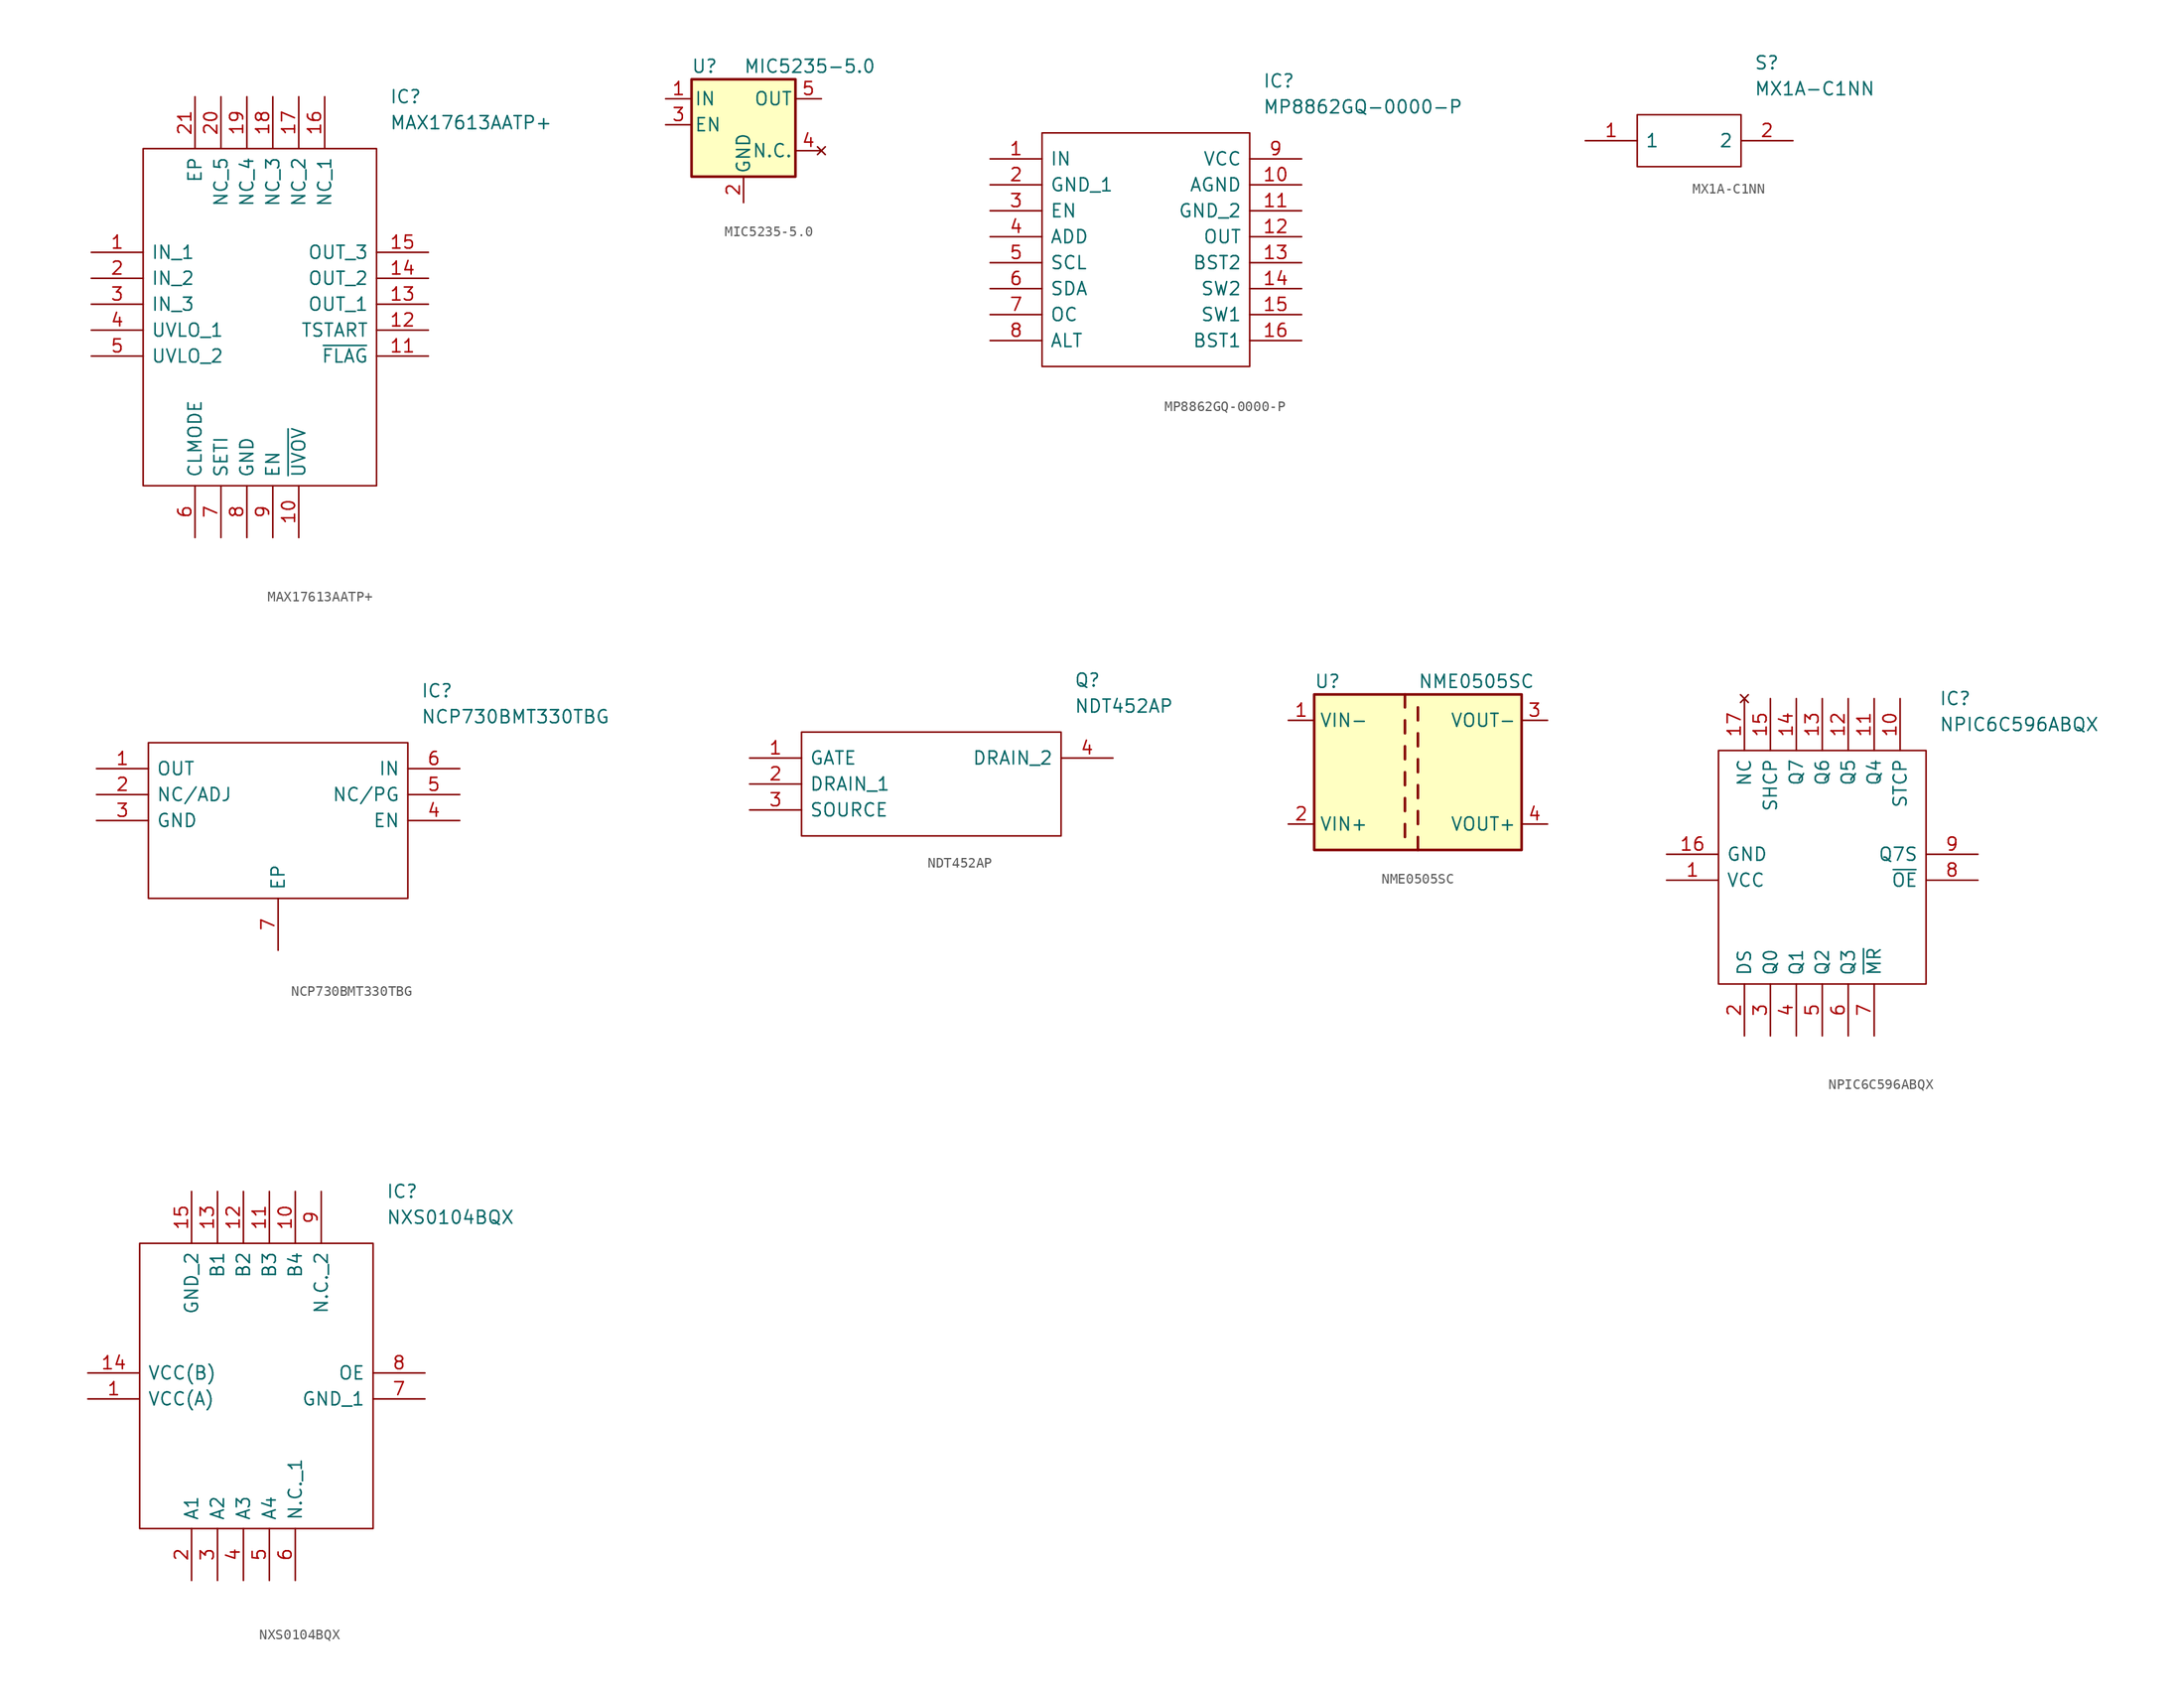
<source format=kicad_sym>
(kicad_symbol_lib
  (version 20241209)
  (generator "kicad_symbol_editor")
  (generator_version "9.0")
  (symbol "MAX17613AATP+"
    (pin_names
      (offset 0.762))
    (property "Reference" "IC"
      (at 29.21 15.24 0)
      (effects (font (size 1.27 1.27)) (justify left)))
    (property "Value" "MAX17613AATP+"
      (at 29.21 12.7 0)
      (effects (font (size 1.27 1.27)) (justify left)))
    (symbol "MAX17613AATP+_0_0"
      (pin passive line (at 0 0 0) (length 5.08) (name "IN_1" (effects (font (size 1.27 1.27)))) (number "1" (effects (font (size 1.27 1.27)))))
      (pin passive line (at 0 -2.54 0) (length 5.08) (name "IN_2" (effects (font (size 1.27 1.27)))) (number "2" (effects (font (size 1.27 1.27)))))
      (pin passive line (at 0 -5.08 0) (length 5.08) (name "IN_3" (effects (font (size 1.27 1.27)))) (number "3" (effects (font (size 1.27 1.27)))))
      (pin passive line (at 0 -7.62 0) (length 5.08) (name "UVLO_1" (effects (font (size 1.27 1.27)))) (number "4" (effects (font (size 1.27 1.27)))))
      (pin passive line (at 0 -10.16 0) (length 5.08) (name "UVLO_2" (effects (font (size 1.27 1.27)))) (number "5" (effects (font (size 1.27 1.27)))))
      (pin passive line (at 10.16 15.24 270) (length 5.08) (name "EP" (effects (font (size 1.27 1.27)))) (number "21" (effects (font (size 1.27 1.27)))))
      (pin passive line (at 10.16 -27.94 90) (length 5.08) (name "CLMODE" (effects (font (size 1.27 1.27)))) (number "6" (effects (font (size 1.27 1.27)))))
      (pin passive line (at 12.7 15.24 270) (length 5.08) (name "NC_5" (effects (font (size 1.27 1.27)))) (number "20" (effects (font (size 1.27 1.27)))))
      (pin passive line (at 12.7 -27.94 90) (length 5.08) (name "SETI" (effects (font (size 1.27 1.27)))) (number "7" (effects (font (size 1.27 1.27)))))
      (pin passive line (at 15.24 15.24 270) (length 5.08) (name "NC_4" (effects (font (size 1.27 1.27)))) (number "19" (effects (font (size 1.27 1.27)))))
      (pin passive line (at 15.24 -27.94 90) (length 5.08) (name "GND" (effects (font (size 1.27 1.27)))) (number "8" (effects (font (size 1.27 1.27)))))
      (pin passive line (at 17.78 15.24 270) (length 5.08) (name "NC_3" (effects (font (size 1.27 1.27)))) (number "18" (effects (font (size 1.27 1.27)))))
      (pin passive line (at 17.78 -27.94 90) (length 5.08) (name "EN" (effects (font (size 1.27 1.27)))) (number "9" (effects (font (size 1.27 1.27)))))
      (pin passive line (at 20.32 15.24 270) (length 5.08) (name "NC_2" (effects (font (size 1.27 1.27)))) (number "17" (effects (font (size 1.27 1.27)))))
      (pin passive line (at 20.32 -27.94 90) (length 5.08) (name "~{UVOV}" (effects (font (size 1.27 1.27)))) (number "10" (effects (font (size 1.27 1.27)))))
      (pin passive line (at 22.86 15.24 270) (length 5.08) (name "NC_1" (effects (font (size 1.27 1.27)))) (number "16" (effects (font (size 1.27 1.27)))))
      (pin passive line (at 33.02 0 180) (length 5.08) (name "OUT_3" (effects (font (size 1.27 1.27)))) (number "15" (effects (font (size 1.27 1.27)))))
      (pin passive line (at 33.02 -2.54 180) (length 5.08) (name "OUT_2" (effects (font (size 1.27 1.27)))) (number "14" (effects (font (size 1.27 1.27)))))
      (pin passive line (at 33.02 -5.08 180) (length 5.08) (name "OUT_1" (effects (font (size 1.27 1.27)))) (number "13" (effects (font (size 1.27 1.27)))))
      (pin passive line (at 33.02 -7.62 180) (length 5.08) (name "TSTART" (effects (font (size 1.27 1.27)))) (number "12" (effects (font (size 1.27 1.27)))))
      (pin passive line (at 33.02 -10.16 180) (length 5.08) (name "~{FLAG}" (effects (font (size 1.27 1.27)))) (number "11" (effects (font (size 1.27 1.27))))))
    (symbol "MAX17613AATP+_0_1"
      (polyline (pts (xy 5.08 10.16) (xy 27.94 10.16) (xy 27.94 -22.86) (xy 5.08 -22.86) (xy 5.08 10.16)) (stroke (width 0.152) (type solid)) (fill (type none)))))
  (symbol "MIC5235-5.0"
    (pin_names
      (offset 0.254))
    (property "Reference" "U"
      (at -3.81 5.715 0)
      (effects (font (size 1.27 1.27))))
    (property "Value" "MIC5235-5.0"
      (at 0 5.715 0)
      (effects (font (size 1.27 1.27)) (justify left)))
    (symbol "MIC5235-5.0_0_1"
      (rectangle (start -5.08 4.445) (end 5.08 -5.08) (stroke (width 0.254) (type solid)) (fill (type background))))
    (symbol "MIC5235-5.0_1_1"
      (pin power_in line (at -7.62 2.54 0) (length 2.54) (name "IN" (effects (font (size 1.27 1.27)))) (number "1" (effects (font (size 1.27 1.27)))))
      (pin input line (at -7.62 0 0) (length 2.54) (name "EN" (effects (font (size 1.27 1.27)))) (number "3" (effects (font (size 1.27 1.27)))))
      (pin power_in line (at 0 -7.62 90) (length 2.54) (name "GND" (effects (font (size 1.27 1.27)))) (number "2" (effects (font (size 1.27 1.27)))))
      (pin power_out line (at 7.62 2.54 180) (length 2.54) (name "OUT" (effects (font (size 1.27 1.27)))) (number "5" (effects (font (size 1.27 1.27)))))
      (pin no_connect line (at 7.62 -2.54 180) (length 2.54) (name "N.C." (effects (font (size 1.27 1.27)))) (number "4" (effects (font (size 1.27 1.27)))))))
  (symbol "MP8862GQ-0000-P"
    (pin_names
      (offset 0.762))
    (property "Reference" "IC"
      (at 26.67 7.62 0)
      (effects (font (size 1.27 1.27)) (justify left)))
    (property "Value" "MP8862GQ-0000-P"
      (at 26.67 5.08 0)
      (effects (font (size 1.27 1.27)) (justify left)))
    (symbol "MP8862GQ-0000-P_0_0"
      (pin passive line (at 0 0 0) (length 5.08) (name "IN" (effects (font (size 1.27 1.27)))) (number "1" (effects (font (size 1.27 1.27)))))
      (pin passive line (at 0 -2.54 0) (length 5.08) (name "GND_1" (effects (font (size 1.27 1.27)))) (number "2" (effects (font (size 1.27 1.27)))))
      (pin passive line (at 0 -5.08 0) (length 5.08) (name "EN" (effects (font (size 1.27 1.27)))) (number "3" (effects (font (size 1.27 1.27)))))
      (pin passive line (at 0 -7.62 0) (length 5.08) (name "ADD" (effects (font (size 1.27 1.27)))) (number "4" (effects (font (size 1.27 1.27)))))
      (pin passive line (at 0 -10.16 0) (length 5.08) (name "SCL" (effects (font (size 1.27 1.27)))) (number "5" (effects (font (size 1.27 1.27)))))
      (pin passive line (at 0 -12.7 0) (length 5.08) (name "SDA" (effects (font (size 1.27 1.27)))) (number "6" (effects (font (size 1.27 1.27)))))
      (pin passive line (at 0 -15.24 0) (length 5.08) (name "OC" (effects (font (size 1.27 1.27)))) (number "7" (effects (font (size 1.27 1.27)))))
      (pin passive line (at 0 -17.78 0) (length 5.08) (name "ALT" (effects (font (size 1.27 1.27)))) (number "8" (effects (font (size 1.27 1.27)))))
      (pin passive line (at 30.48 0 180) (length 5.08) (name "VCC" (effects (font (size 1.27 1.27)))) (number "9" (effects (font (size 1.27 1.27)))))
      (pin passive line (at 30.48 -2.54 180) (length 5.08) (name "AGND" (effects (font (size 1.27 1.27)))) (number "10" (effects (font (size 1.27 1.27)))))
      (pin passive line (at 30.48 -5.08 180) (length 5.08) (name "GND_2" (effects (font (size 1.27 1.27)))) (number "11" (effects (font (size 1.27 1.27)))))
      (pin passive line (at 30.48 -7.62 180) (length 5.08) (name "OUT" (effects (font (size 1.27 1.27)))) (number "12" (effects (font (size 1.27 1.27)))))
      (pin passive line (at 30.48 -10.16 180) (length 5.08) (name "BST2" (effects (font (size 1.27 1.27)))) (number "13" (effects (font (size 1.27 1.27)))))
      (pin passive line (at 30.48 -12.7 180) (length 5.08) (name "SW2" (effects (font (size 1.27 1.27)))) (number "14" (effects (font (size 1.27 1.27)))))
      (pin passive line (at 30.48 -15.24 180) (length 5.08) (name "SW1" (effects (font (size 1.27 1.27)))) (number "15" (effects (font (size 1.27 1.27)))))
      (pin passive line (at 30.48 -17.78 180) (length 5.08) (name "BST1" (effects (font (size 1.27 1.27)))) (number "16" (effects (font (size 1.27 1.27))))))
    (symbol "MP8862GQ-0000-P_0_1"
      (polyline (pts (xy 5.08 2.54) (xy 25.4 2.54) (xy 25.4 -20.32) (xy 5.08 -20.32) (xy 5.08 2.54)) (stroke (width 0.152) (type solid)) (fill (type none)))))
  (symbol "MX1A-C1NN"
    (pin_names
      (offset 0.762))
    (property "Reference" "S"
      (at 16.51 7.62 0)
      (effects (font (size 1.27 1.27)) (justify left)))
    (property "Value" "MX1A-C1NN"
      (at 16.51 5.08 0)
      (effects (font (size 1.27 1.27)) (justify left)))
    (symbol "MX1A-C1NN_0_0"
      (pin passive line (at 0 0 0) (length 5.08) (name "1" (effects (font (size 1.27 1.27)))) (number "1" (effects (font (size 1.27 1.27)))))
      (pin passive line (at 20.32 0 180) (length 5.08) (name "2" (effects (font (size 1.27 1.27)))) (number "2" (effects (font (size 1.27 1.27))))))
    (symbol "MX1A-C1NN_0_1"
      (polyline (pts (xy 5.08 2.54) (xy 15.24 2.54) (xy 15.24 -2.54) (xy 5.08 -2.54) (xy 5.08 2.54)) (stroke (width 0.152) (type solid)) (fill (type none)))))
  (symbol "NCP730BMT330TBG"
    (pin_names
      (offset 0.762))
    (property "Reference" "IC"
      (at 31.75 7.62 0)
      (effects (font (size 1.27 1.27)) (justify left)))
    (property "Value" "NCP730BMT330TBG"
      (at 31.75 5.08 0)
      (effects (font (size 1.27 1.27)) (justify left)))
    (symbol "NCP730BMT330TBG_0_0"
      (pin passive line (at 0 0 0) (length 5.08) (name "OUT" (effects (font (size 1.27 1.27)))) (number "1" (effects (font (size 1.27 1.27)))))
      (pin passive line (at 0 -2.54 0) (length 5.08) (name "NC/ADJ" (effects (font (size 1.27 1.27)))) (number "2" (effects (font (size 1.27 1.27)))))
      (pin passive line (at 0 -5.08 0) (length 5.08) (name "GND" (effects (font (size 1.27 1.27)))) (number "3" (effects (font (size 1.27 1.27)))))
      (pin passive line (at 17.78 -17.78 90) (length 5.08) (name "EP" (effects (font (size 1.27 1.27)))) (number "7" (effects (font (size 1.27 1.27)))))
      (pin passive line (at 35.56 0 180) (length 5.08) (name "IN" (effects (font (size 1.27 1.27)))) (number "6" (effects (font (size 1.27 1.27)))))
      (pin passive line (at 35.56 -2.54 180) (length 5.08) (name "NC/PG" (effects (font (size 1.27 1.27)))) (number "5" (effects (font (size 1.27 1.27)))))
      (pin passive line (at 35.56 -5.08 180) (length 5.08) (name "EN" (effects (font (size 1.27 1.27)))) (number "4" (effects (font (size 1.27 1.27))))))
    (symbol "NCP730BMT330TBG_0_1"
      (polyline (pts (xy 5.08 2.54) (xy 30.48 2.54) (xy 30.48 -12.7) (xy 5.08 -12.7) (xy 5.08 2.54)) (stroke (width 0.152) (type solid)) (fill (type none)))))
  (symbol "NDT452AP"
    (pin_names
      (offset 0.762))
    (property "Reference" "Q"
      (at 31.75 7.62 0)
      (effects (font (size 1.27 1.27)) (justify left)))
    (property "Value" "NDT452AP"
      (at 31.75 5.08 0)
      (effects (font (size 1.27 1.27)) (justify left)))
    (symbol "NDT452AP_0_0"
      (pin passive line (at 0 0 0) (length 5.08) (name "GATE" (effects (font (size 1.27 1.27)))) (number "1" (effects (font (size 1.27 1.27)))))
      (pin passive line (at 0 -2.54 0) (length 5.08) (name "DRAIN_1" (effects (font (size 1.27 1.27)))) (number "2" (effects (font (size 1.27 1.27)))))
      (pin passive line (at 0 -5.08 0) (length 5.08) (name "SOURCE" (effects (font (size 1.27 1.27)))) (number "3" (effects (font (size 1.27 1.27)))))
      (pin passive line (at 35.56 0 180) (length 5.08) (name "DRAIN_2" (effects (font (size 1.27 1.27)))) (number "4" (effects (font (size 1.27 1.27))))))
    (symbol "NDT452AP_0_1"
      (polyline (pts (xy 5.08 2.54) (xy 30.48 2.54) (xy 30.48 -7.62) (xy 5.08 -7.62) (xy 5.08 2.54)) (stroke (width 0.152) (type solid)) (fill (type none)))))
  (symbol "NME0505SC"
    (property "Reference" "U"
      (at -10.16 8.89 0)
      (effects (font (size 1.27 1.27)) (justify left)))
    (property "Value" "NME0505SC"
      (at 0 8.89 0)
      (effects (font (size 1.27 1.27)) (justify left)))
    (symbol "NME0505SC_0_1"
      (rectangle (start -10.16 7.62) (end 10.16 -7.62) (stroke (width 0.254) (type solid)) (fill (type background)))
      (polyline (pts (xy -1.27 7.62) (xy -1.27 6.35)) (stroke (width 0.254) (type solid)) (fill (type none)))
      (polyline (pts (xy -1.27 5.08) (xy -1.27 3.81)) (stroke (width 0.254) (type solid)) (fill (type none)))
      (polyline (pts (xy -1.27 2.54) (xy -1.27 1.27)) (stroke (width 0.254) (type solid)) (fill (type none)))
      (polyline (pts (xy -1.27 0) (xy -1.27 -1.27)) (stroke (width 0.254) (type solid)) (fill (type none)))
      (polyline (pts (xy -1.27 -2.54) (xy -1.27 -3.81)) (stroke (width 0.254) (type solid)) (fill (type none)))
      (polyline (pts (xy -1.27 -5.08) (xy -1.27 -6.35)) (stroke (width 0.254) (type solid)) (fill (type none)))
      (polyline (pts (xy 0 5.08) (xy 0 6.35)) (stroke (width 0.254) (type solid)) (fill (type none)))
      (polyline (pts (xy 0 2.54) (xy 0 3.81)) (stroke (width 0.254) (type solid)) (fill (type none)))
      (polyline (pts (xy 0 0) (xy 0 1.27)) (stroke (width 0.254) (type solid)) (fill (type none)))
      (polyline (pts (xy 0 -1.27) (xy 0 -2.54)) (stroke (width 0.254) (type solid)) (fill (type none)))
      (polyline (pts (xy 0 -5.08) (xy 0 -3.81)) (stroke (width 0.254) (type solid)) (fill (type none)))
      (polyline (pts (xy 0 -7.62) (xy 0 -6.35)) (stroke (width 0.254) (type solid)) (fill (type none))))
    (symbol "NME0505SC_1_1"
      (pin power_in line (at -12.7 5.08 0) (length 2.54) (name "VIN-" (effects (font (size 1.27 1.27)))) (number "1" (effects (font (size 1.27 1.27)))))
      (pin power_in line (at -12.7 -5.08 0) (length 2.54) (name "VIN+" (effects (font (size 1.27 1.27)))) (number "2" (effects (font (size 1.27 1.27)))))
      (pin power_out line (at 12.7 5.08 180) (length 2.54) (name "VOUT-" (effects (font (size 1.27 1.27)))) (number "3" (effects (font (size 1.27 1.27)))))
      (pin power_out line (at 12.7 -5.08 180) (length 2.54) (name "VOUT+" (effects (font (size 1.27 1.27)))) (number "4" (effects (font (size 1.27 1.27)))))))
  (symbol "NPIC6C596ABQX"
    (pin_names
      (offset 0.762))
    (property "Reference" "IC"
      (at 26.67 15.24 0)
      (effects (font (size 1.27 1.27)) (justify left)))
    (property "Value" "NPIC6C596ABQX"
      (at 26.67 12.7 0)
      (effects (font (size 1.27 1.27)) (justify left)))
    (symbol "NPIC6C596ABQX_0_0"
      (pin passive line (at 0 0 0) (length 5.08) (name "GND" (effects (font (size 1.27 1.27)))) (number "16" (effects (font (size 1.27 1.27)))))
      (pin passive line (at 0 -2.54 0) (length 5.08) (name "VCC" (effects (font (size 1.27 1.27)))) (number "1" (effects (font (size 1.27 1.27)))))
      (pin no_connect line (at 7.62 15.24 270) (length 5.08) (name "NC" (effects (font (size 1.27 1.27)))) (number "17" (effects (font (size 1.27 1.27)))))
      (pin passive line (at 7.62 -17.78 90) (length 5.08) (name "DS" (effects (font (size 1.27 1.27)))) (number "2" (effects (font (size 1.27 1.27)))))
      (pin passive line (at 10.16 15.24 270) (length 5.08) (name "SHCP" (effects (font (size 1.27 1.27)))) (number "15" (effects (font (size 1.27 1.27)))))
      (pin passive line (at 10.16 -17.78 90) (length 5.08) (name "Q0" (effects (font (size 1.27 1.27)))) (number "3" (effects (font (size 1.27 1.27)))))
      (pin passive line (at 12.7 15.24 270) (length 5.08) (name "Q7" (effects (font (size 1.27 1.27)))) (number "14" (effects (font (size 1.27 1.27)))))
      (pin passive line (at 12.7 -17.78 90) (length 5.08) (name "Q1" (effects (font (size 1.27 1.27)))) (number "4" (effects (font (size 1.27 1.27)))))
      (pin passive line (at 15.24 15.24 270) (length 5.08) (name "Q6" (effects (font (size 1.27 1.27)))) (number "13" (effects (font (size 1.27 1.27)))))
      (pin passive line (at 15.24 -17.78 90) (length 5.08) (name "Q2" (effects (font (size 1.27 1.27)))) (number "5" (effects (font (size 1.27 1.27)))))
      (pin passive line (at 17.78 15.24 270) (length 5.08) (name "Q5" (effects (font (size 1.27 1.27)))) (number "12" (effects (font (size 1.27 1.27)))))
      (pin passive line (at 17.78 -17.78 90) (length 5.08) (name "Q3" (effects (font (size 1.27 1.27)))) (number "6" (effects (font (size 1.27 1.27)))))
      (pin passive line (at 20.32 15.24 270) (length 5.08) (name "Q4" (effects (font (size 1.27 1.27)))) (number "11" (effects (font (size 1.27 1.27)))))
      (pin passive line (at 20.32 -17.78 90) (length 5.08) (name "~{MR}" (effects (font (size 1.27 1.27)))) (number "7" (effects (font (size 1.27 1.27)))))
      (pin passive line (at 22.86 15.24 270) (length 5.08) (name "STCP" (effects (font (size 1.27 1.27)))) (number "10" (effects (font (size 1.27 1.27)))))
      (pin passive line (at 30.48 0 180) (length 5.08) (name "Q7S" (effects (font (size 1.27 1.27)))) (number "9" (effects (font (size 1.27 1.27)))))
      (pin passive line (at 30.48 -2.54 180) (length 5.08) (name "~{OE}" (effects (font (size 1.27 1.27)))) (number "8" (effects (font (size 1.27 1.27))))))
    (symbol "NPIC6C596ABQX_0_1"
      (polyline (pts (xy 5.08 10.16) (xy 25.4 10.16) (xy 25.4 -12.7) (xy 5.08 -12.7) (xy 5.08 10.16)) (stroke (width 0.152) (type solid)) (fill (type none)))))
  (symbol "NXS0104BQX"
    (pin_names
      (offset 0.762))
    (property "Reference" "IC"
      (at 29.21 17.78 0)
      (effects (font (size 1.27 1.27)) (justify left)))
    (property "Value" "NXS0104BQX"
      (at 29.21 15.24 0)
      (effects (font (size 1.27 1.27)) (justify left)))
    (symbol "NXS0104BQX_0_0"
      (pin passive line (at 0 0 0) (length 5.08) (name "VCC(B)" (effects (font (size 1.27 1.27)))) (number "14" (effects (font (size 1.27 1.27)))))
      (pin passive line (at 0 -2.54 0) (length 5.08) (name "VCC(A)" (effects (font (size 1.27 1.27)))) (number "1" (effects (font (size 1.27 1.27)))))
      (pin passive line (at 10.16 17.78 270) (length 5.08) (name "GND_2" (effects (font (size 1.27 1.27)))) (number "15" (effects (font (size 1.27 1.27)))))
      (pin passive line (at 10.16 -20.32 90) (length 5.08) (name "A1" (effects (font (size 1.27 1.27)))) (number "2" (effects (font (size 1.27 1.27)))))
      (pin passive line (at 12.7 17.78 270) (length 5.08) (name "B1" (effects (font (size 1.27 1.27)))) (number "13" (effects (font (size 1.27 1.27)))))
      (pin passive line (at 12.7 -20.32 90) (length 5.08) (name "A2" (effects (font (size 1.27 1.27)))) (number "3" (effects (font (size 1.27 1.27)))))
      (pin passive line (at 15.24 17.78 270) (length 5.08) (name "B2" (effects (font (size 1.27 1.27)))) (number "12" (effects (font (size 1.27 1.27)))))
      (pin passive line (at 15.24 -20.32 90) (length 5.08) (name "A3" (effects (font (size 1.27 1.27)))) (number "4" (effects (font (size 1.27 1.27)))))
      (pin passive line (at 17.78 17.78 270) (length 5.08) (name "B3" (effects (font (size 1.27 1.27)))) (number "11" (effects (font (size 1.27 1.27)))))
      (pin passive line (at 17.78 -20.32 90) (length 5.08) (name "A4" (effects (font (size 1.27 1.27)))) (number "5" (effects (font (size 1.27 1.27)))))
      (pin passive line (at 20.32 17.78 270) (length 5.08) (name "B4" (effects (font (size 1.27 1.27)))) (number "10" (effects (font (size 1.27 1.27)))))
      (pin passive line (at 20.32 -20.32 90) (length 5.08) (name "N.C._1" (effects (font (size 1.27 1.27)))) (number "6" (effects (font (size 1.27 1.27)))))
      (pin passive line (at 22.86 17.78 270) (length 5.08) (name "N.C._2" (effects (font (size 1.27 1.27)))) (number "9" (effects (font (size 1.27 1.27)))))
      (pin passive line (at 33.02 0 180) (length 5.08) (name "OE" (effects (font (size 1.27 1.27)))) (number "8" (effects (font (size 1.27 1.27)))))
      (pin passive line (at 33.02 -2.54 180) (length 5.08) (name "GND_1" (effects (font (size 1.27 1.27)))) (number "7" (effects (font (size 1.27 1.27))))))
    (symbol "NXS0104BQX_0_1"
      (polyline (pts (xy 5.08 12.7) (xy 27.94 12.7) (xy 27.94 -15.24) (xy 5.08 -15.24) (xy 5.08 12.7)) (stroke (width 0.152) (type solid)) (fill (type none))))))
</source>
